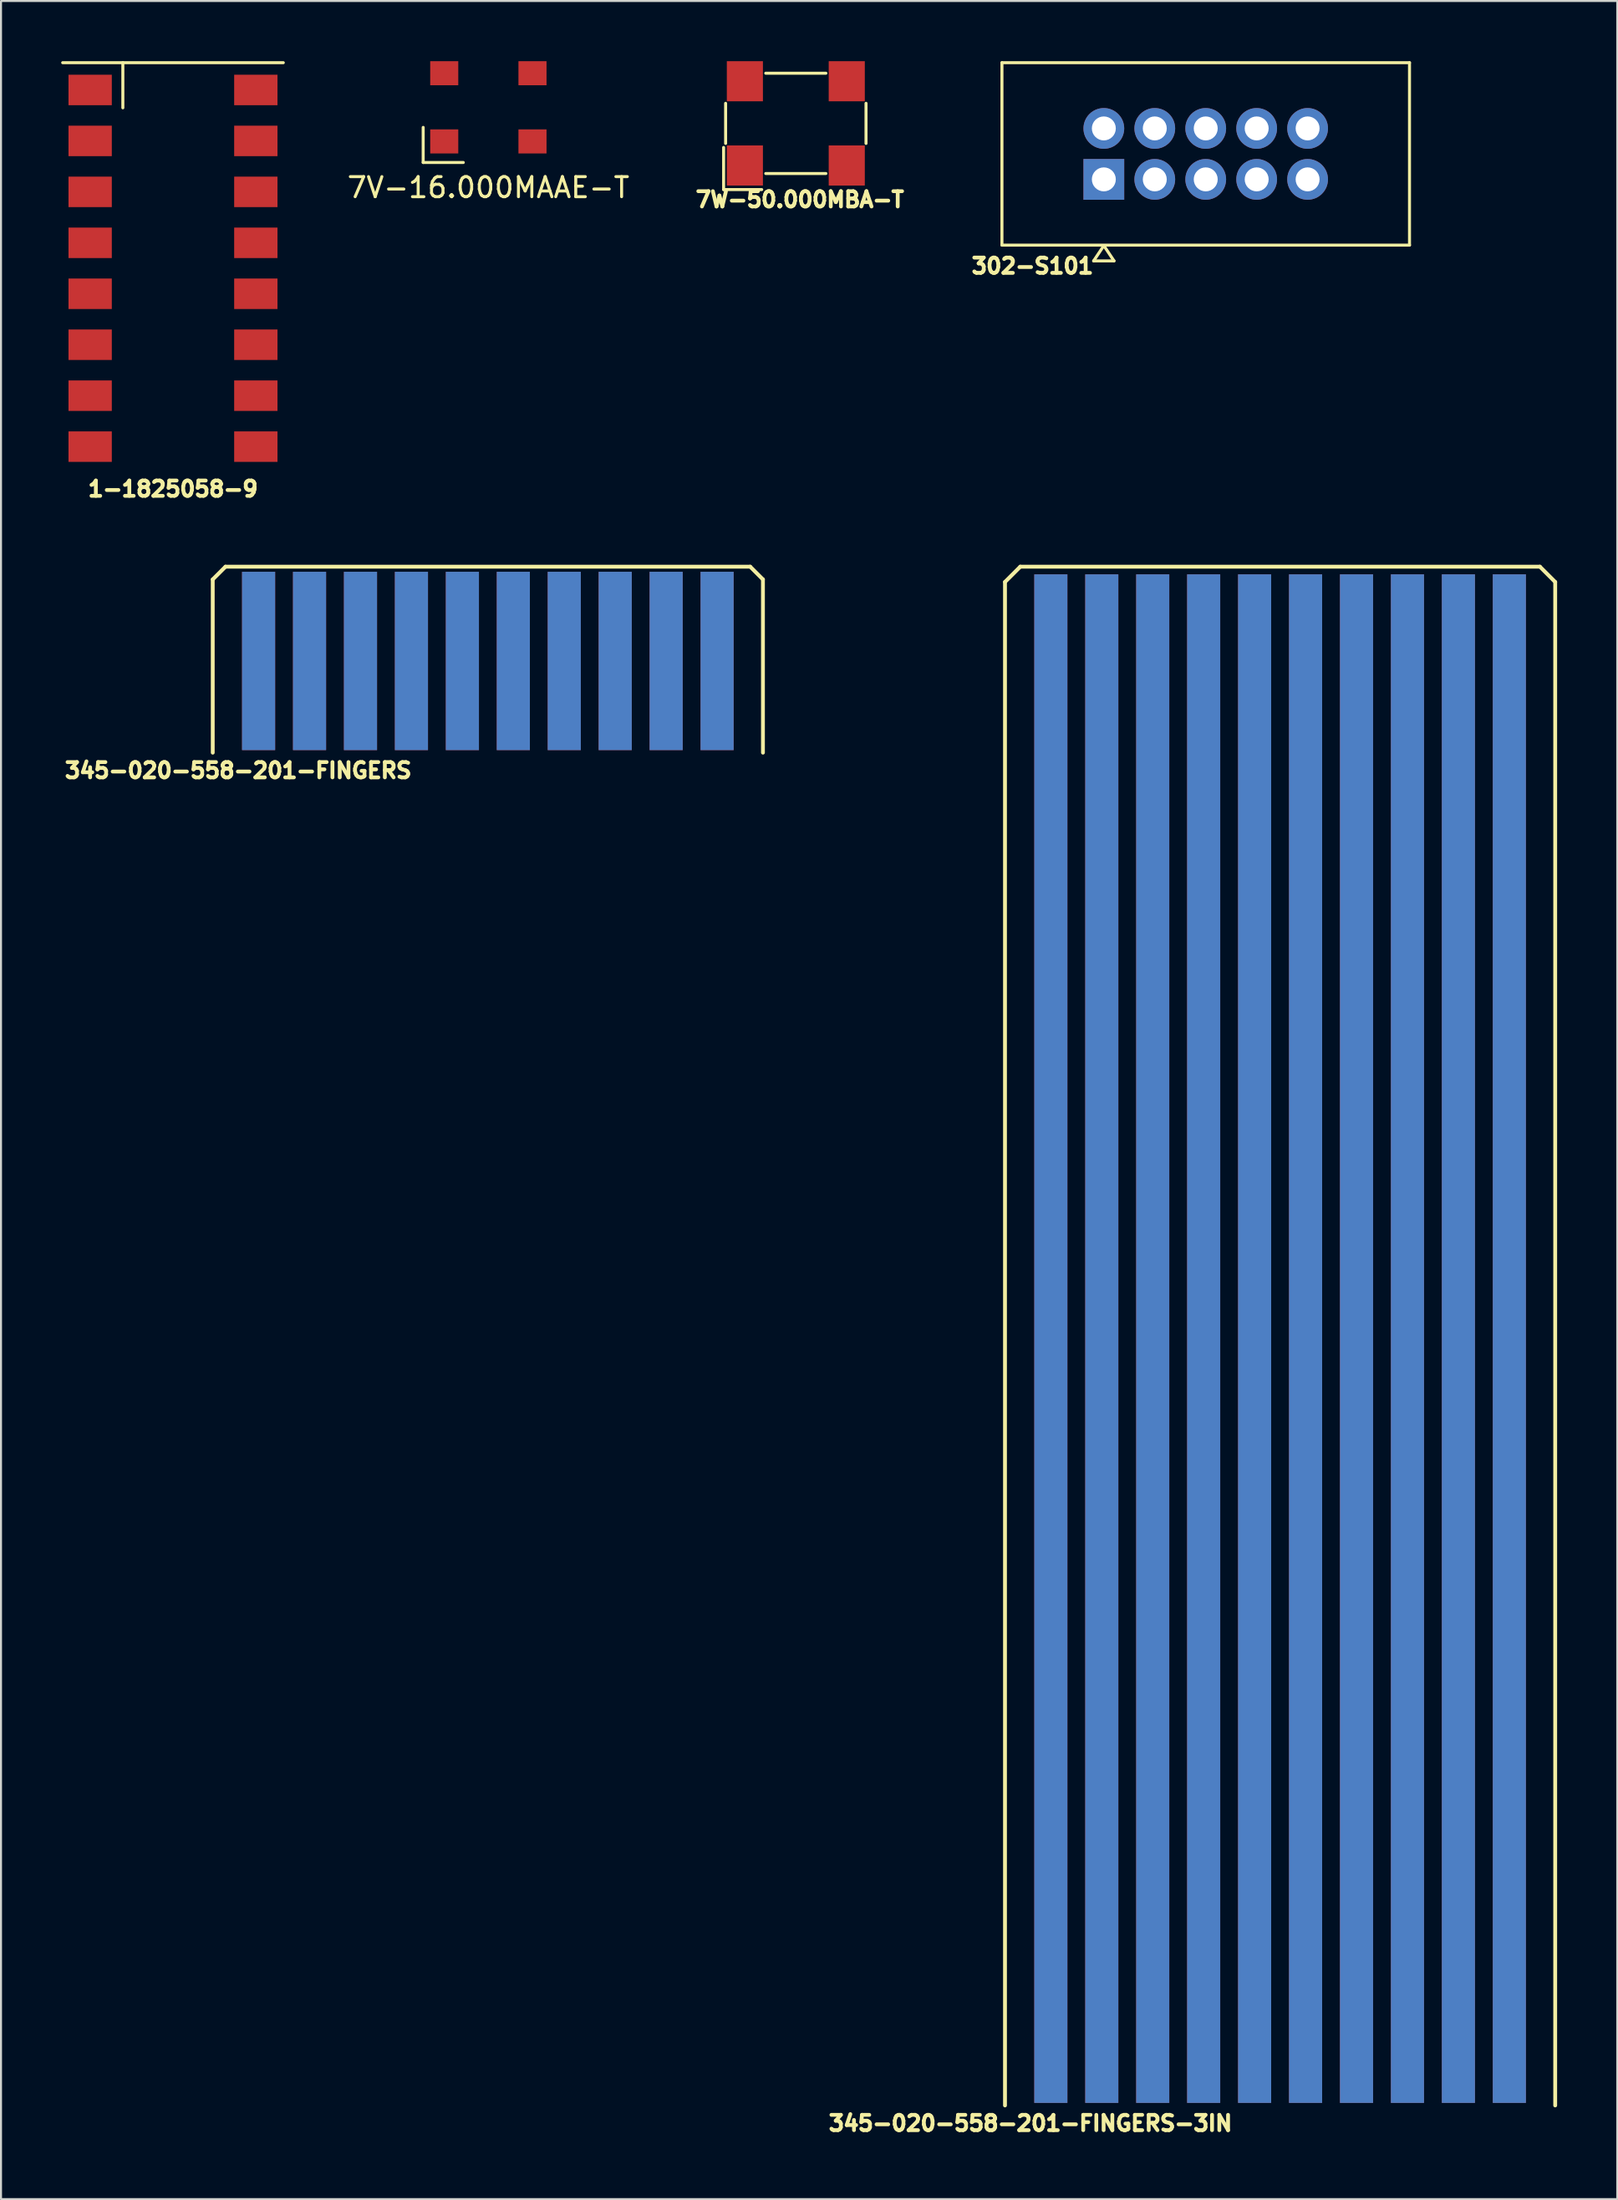
<source format=kicad_pcb>
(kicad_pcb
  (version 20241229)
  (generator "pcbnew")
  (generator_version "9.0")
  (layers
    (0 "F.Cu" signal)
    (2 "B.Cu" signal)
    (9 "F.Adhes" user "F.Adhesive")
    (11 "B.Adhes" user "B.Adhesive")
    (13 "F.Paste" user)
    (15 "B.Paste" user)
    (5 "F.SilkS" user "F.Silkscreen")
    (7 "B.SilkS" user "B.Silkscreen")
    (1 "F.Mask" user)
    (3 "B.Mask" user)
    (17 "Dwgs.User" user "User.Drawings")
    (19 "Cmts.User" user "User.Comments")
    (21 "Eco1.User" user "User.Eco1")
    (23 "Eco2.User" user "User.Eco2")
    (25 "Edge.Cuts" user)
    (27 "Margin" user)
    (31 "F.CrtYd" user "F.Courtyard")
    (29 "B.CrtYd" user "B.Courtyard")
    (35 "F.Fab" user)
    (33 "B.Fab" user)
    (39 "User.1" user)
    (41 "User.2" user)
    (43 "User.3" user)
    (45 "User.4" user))
  (footprint "345-020-558-201-FINGERS"
    (layer "F.Cu")
    (at 21.273 29.899)
    (property "Reference" "345-020-558-201-FINGERS" (at -12.446 5.461 0) (layer "F.SilkS") (effects (font (size 0.762 0.762) (thickness 0.191))))
    (attr through_hole)
    (fp_line (start -13.716 -4.064) (end -13.716 4.572) (stroke (width 0.191) (type solid)) (layer "F.SilkS"))
    (fp_line (start -13.716 -4.064) (end -13.081 -4.699) (stroke (width 0.191) (type solid)) (layer "F.SilkS"))
    (fp_line (start 13.081 -4.699) (end -13.081 -4.699) (stroke (width 0.191) (type solid)) (layer "F.SilkS"))
    (fp_line (start 13.716 -4.064) (end 13.081 -4.699) (stroke (width 0.191) (type solid)) (layer "F.SilkS"))
    (fp_line (start 13.716 -4.064) (end 13.716 4.572) (stroke (width 0.191) (type solid)) (layer "F.SilkS"))
    (pad "1" smd rect (at 11.43 0) (size 1.651 8.89) (layers "F.Cu" "F.Mask" "F.Paste"))
    (pad "2" smd rect (at 11.43 0) (size 1.651 8.89) (layers "B.Cu" "B.Mask" "B.Paste"))
    (pad "3" smd rect (at 8.89 0) (size 1.651 8.89) (layers "F.Cu" "F.Mask" "F.Paste"))
    (pad "4" smd rect (at 8.89 0) (size 1.651 8.89) (layers "B.Cu" "B.Mask" "B.Paste"))
    (pad "5" smd rect (at 6.35 0) (size 1.651 8.89) (layers "F.Cu" "F.Mask" "F.Paste"))
    (pad "6" smd rect (at 6.35 0) (size 1.651 8.89) (layers "B.Cu" "B.Mask" "B.Paste"))
    (pad "7" smd rect (at 3.81 0) (size 1.651 8.89) (layers "F.Cu" "F.Mask" "F.Paste"))
    (pad "8" smd rect (at 3.81 0) (size 1.651 8.89) (layers "B.Cu" "B.Mask" "B.Paste"))
    (pad "9" smd rect (at 1.27 0) (size 1.651 8.89) (layers "F.Cu" "F.Mask" "F.Paste"))
    (pad "10" smd rect (at 1.27 0) (size 1.651 8.89) (layers "B.Cu" "B.Mask" "B.Paste"))
    (pad "11" smd rect (at -1.27 0) (size 1.651 8.89) (layers "F.Cu" "F.Mask" "F.Paste"))
    (pad "12" smd rect (at -1.27 0) (size 1.651 8.89) (layers "B.Cu" "B.Mask" "B.Paste"))
    (pad "13" smd rect (at -3.81 0) (size 1.651 8.89) (layers "F.Cu" "F.Mask" "F.Paste"))
    (pad "14" smd rect (at -3.81 0) (size 1.651 8.89) (layers "B.Cu" "B.Mask" "B.Paste"))
    (pad "15" smd rect (at -6.35 0) (size 1.651 8.89) (layers "F.Cu" "F.Mask" "F.Paste"))
    (pad "16" smd rect (at -6.35 0) (size 1.651 8.89) (layers "B.Cu" "B.Mask" "B.Paste"))
    (pad "17" smd rect (at -8.89 0) (size 1.651 8.89) (layers "F.Cu" "F.Mask" "F.Paste"))
    (pad "18" smd rect (at -8.89 0) (size 1.651 8.89) (layers "B.Cu" "B.Mask" "B.Paste"))
    (pad "19" smd rect (at -11.43 0) (size 1.651 8.89) (layers "F.Cu" "F.Mask" "F.Paste"))
    (pad "20" smd rect (at -11.43 0) (size 1.651 8.89) (layers "B.Cu" "B.Mask" "B.Paste")))
  (footprint "302-S101"
    (layer "F.Cu")
    (at 51.985 5.892)
    (property "Reference" "302-S101" (at -3.556 4.318 0) (layer "F.SilkS") (effects (font (size 0.762 0.762) (thickness 0.191))))
    (attr through_hole)
    (fp_line (start -5.08 -5.817) (end 15.24 -5.817) (stroke (width 0.15) (type solid)) (layer "F.SilkS"))
    (fp_line (start -5.08 3.277) (end -5.08 -5.817) (stroke (width 0.15) (type solid)) (layer "F.SilkS"))
    (fp_line (start -0.508 4.064) (end 0.508 4.064) (stroke (width 0.15) (type solid)) (layer "F.SilkS"))
    (fp_line (start 0 3.302) (end -0.508 4.064) (stroke (width 0.15) (type solid)) (layer "F.SilkS"))
    (fp_line (start 0.508 4.064) (end 0 3.302) (stroke (width 0.15) (type solid)) (layer "F.SilkS"))
    (fp_line (start 15.24 -5.817) (end 15.24 3.277) (stroke (width 0.15) (type solid)) (layer "F.SilkS"))
    (fp_line (start 15.24 3.277) (end -5.08 3.277) (stroke (width 0.15) (type solid)) (layer "F.SilkS"))
    (pad "1" thru_hole rect (at 0 0) (size 2.032 2.032) (drill 1.194) (layers "*.Cu" "*.Mask"))
    (pad "2" thru_hole circle (at 0 -2.54) (size 2.032 2.032) (drill 1.194) (layers "*.Cu" "*.Mask"))
    (pad "3" thru_hole circle (at 2.54 0) (size 2.032 2.032) (drill 1.194) (layers "*.Cu" "*.Mask"))
    (pad "4" thru_hole circle (at 2.54 -2.54) (size 2.032 2.032) (drill 1.194) (layers "*.Cu" "*.Mask"))
    (pad "5" thru_hole circle (at 5.08 0) (size 2.032 2.032) (drill 1.194) (layers "*.Cu" "*.Mask"))
    (pad "6" thru_hole circle (at 5.08 -2.54) (size 2.032 2.032) (drill 1.194) (layers "*.Cu" "*.Mask"))
    (pad "7" thru_hole circle (at 7.62 0) (size 2.032 2.032) (drill 1.194) (layers "*.Cu" "*.Mask"))
    (pad "8" thru_hole circle (at 7.62 -2.54) (size 2.032 2.032) (drill 1.194) (layers "*.Cu" "*.Mask"))
    (pad "9" thru_hole circle (at 10.16 0) (size 2.032 2.032) (drill 1.194) (layers "*.Cu" "*.Mask"))
    (pad "10" thru_hole circle (at 10.16 -2.54) (size 2.032 2.032) (drill 1.194) (layers "*.Cu" "*.Mask")))
  (footprint "7W-50.000MBA-T"
    (layer "F.Cu")
    (at 36.628 3.1)
    (property "Reference" "7W-50.000MBA-T" (at 0.2 3.8 0) (layer "F.SilkS") (effects (font (size 0.762 0.762) (thickness 0.191))))
    (attr through_hole)
    (fp_line (start -3.6 1.2) (end -3.6 3.3) (stroke (width 0.15) (type solid)) (layer "F.SilkS"))
    (fp_line (start -3.6 3.3) (end -1.7 3.3) (stroke (width 0.15) (type solid)) (layer "F.SilkS"))
    (fp_line (start -3.5 -1) (end -3.5 1) (stroke (width 0.15) (type solid)) (layer "F.SilkS"))
    (fp_line (start -1.5 -2.5) (end 1.5 -2.5) (stroke (width 0.15) (type solid)) (layer "F.SilkS"))
    (fp_line (start -1.5 2.5) (end 1.5 2.5) (stroke (width 0.15) (type solid)) (layer "F.SilkS"))
    (fp_line (start 3.5 -1) (end 3.5 1) (stroke (width 0.15) (type solid)) (layer "F.SilkS"))
    (pad "1" smd rect (at -2.54 2.1) (size 1.8 2) (layers "F.Cu" "F.Mask" "F.Paste"))
    (pad "2" smd rect (at 2.54 2.1) (size 1.8 2) (layers "F.Cu" "F.Mask" "F.Paste"))
    (pad "3" smd rect (at 2.54 -2.1) (size 1.8 2) (layers "F.Cu" "F.Mask" "F.Paste"))
    (pad "4" smd rect (at -2.54 -2.1) (size 1.8 2) (layers "F.Cu" "F.Mask" "F.Paste")))
  (footprint "345-020-558-201-FINGERS-3IN"
    (layer "F.Cu")
    (at 60.773 97.336)
    (property "Reference" "345-020-558-201-FINGERS-3IN" (at -12.446 5.461 0) (layer "F.SilkS") (effects (font (size 0.762 0.762) (thickness 0.191))))
    (attr through_hole)
    (fp_line (start -13.716 -71.374) (end -12.954 -72.136) (stroke (width 0.191) (type solid)) (layer "F.SilkS"))
    (fp_line (start -13.716 4.572) (end -13.716 -71.374) (stroke (width 0.191) (type solid)) (layer "F.SilkS"))
    (fp_line (start -12.954 -72.136) (end 12.954 -72.136) (stroke (width 0.191) (type solid)) (layer "F.SilkS"))
    (fp_line (start 12.954 -72.136) (end 13.716 -71.374) (stroke (width 0.191) (type solid)) (layer "F.SilkS"))
    (fp_line (start 13.716 -71.374) (end 13.716 4.572) (stroke (width 0.191) (type solid)) (layer "F.SilkS"))
    (pad "1" smd rect (at 11.43 -33.655) (size 1.651 76.2) (layers "F.Cu" "F.Mask" "F.Paste"))
    (pad "2" smd rect (at 11.43 -33.655) (size 1.651 76.2) (layers "B.Cu" "B.Mask" "B.Paste"))
    (pad "3" smd rect (at 8.89 -33.655) (size 1.651 76.2) (layers "F.Cu" "F.Mask" "F.Paste"))
    (pad "4" smd rect (at 8.89 -33.655) (size 1.651 76.2) (layers "B.Cu" "B.Mask" "B.Paste"))
    (pad "5" smd rect (at 6.35 -33.655) (size 1.651 76.2) (layers "F.Cu" "F.Mask" "F.Paste"))
    (pad "6" smd rect (at 6.35 -33.655) (size 1.651 76.2) (layers "B.Cu" "B.Mask" "B.Paste"))
    (pad "7" smd rect (at 3.81 -33.655) (size 1.651 76.2) (layers "F.Cu" "F.Mask" "F.Paste"))
    (pad "8" smd rect (at 3.81 -33.655) (size 1.651 76.2) (layers "B.Cu" "B.Mask" "B.Paste"))
    (pad "9" smd rect (at 1.27 -33.655) (size 1.651 76.2) (layers "F.Cu" "F.Mask" "F.Paste"))
    (pad "10" smd rect (at 1.27 -33.655) (size 1.651 76.2) (layers "B.Cu" "B.Mask" "B.Paste"))
    (pad "11" smd rect (at -1.27 -33.655) (size 1.651 76.2) (layers "F.Cu" "F.Mask" "F.Paste"))
    (pad "12" smd rect (at -1.27 -33.655) (size 1.651 76.2) (layers "B.Cu" "B.Mask" "B.Paste"))
    (pad "13" smd rect (at -3.81 -33.655) (size 1.651 76.2) (layers "F.Cu" "F.Mask" "F.Paste"))
    (pad "14" smd rect (at -3.81 -33.655) (size 1.651 76.2) (layers "B.Cu" "B.Mask" "B.Paste"))
    (pad "15" smd rect (at -6.35 -33.655) (size 1.651 76.2) (layers "F.Cu" "F.Mask" "F.Paste"))
    (pad "16" smd rect (at -6.35 -33.655) (size 1.651 76.2) (layers "B.Cu" "B.Mask" "B.Paste"))
    (pad "17" smd rect (at -8.89 -33.655) (size 1.651 76.2) (layers "F.Cu" "F.Mask" "F.Paste"))
    (pad "18" smd rect (at -8.89 -33.655) (size 1.651 76.2) (layers "B.Cu" "B.Mask" "B.Paste"))
    (pad "19" smd rect (at -11.43 -33.655) (size 1.651 76.2) (layers "F.Cu" "F.Mask" "F.Paste"))
    (pad "20" smd rect (at -11.43 -33.655) (size 1.651 76.2) (layers "B.Cu" "B.Mask" "B.Paste")))
  (footprint "1-1825058-9"
    (layer "F.Cu")
    (at 5.575 10.325)
    (property "Reference" "1-1825058-9" (at 0 11 0) (layer "F.SilkS") (effects (font (size 0.762 0.762) (thickness 0.191))))
    (attr through_hole)
    (fp_line (start -5.5 -10.25) (end 5.5 -10.25) (stroke (width 0.15) (type solid)) (layer "F.SilkS"))
    (fp_line (start -2.5 -10.25) (end -2.5 -8) (stroke (width 0.15) (type solid)) (layer "F.SilkS"))
    (pad "1" smd rect (at -4.13 -8.89) (size 2.16 1.52) (layers "F.Cu" "F.Mask" "F.Paste"))
    (pad "2" smd rect (at -4.13 -6.35) (size 2.16 1.52) (layers "F.Cu" "F.Mask" "F.Paste"))
    (pad "3" smd rect (at -4.13 -3.81) (size 2.16 1.52) (layers "F.Cu" "F.Mask" "F.Paste"))
    (pad "4" smd rect (at -4.13 -1.27) (size 2.16 1.52) (layers "F.Cu" "F.Mask" "F.Paste"))
    (pad "5" smd rect (at -4.13 1.27) (size 2.16 1.52) (layers "F.Cu" "F.Mask" "F.Paste"))
    (pad "6" smd rect (at -4.13 3.81) (size 2.16 1.52) (layers "F.Cu" "F.Mask" "F.Paste"))
    (pad "7" smd rect (at -4.13 6.35) (size 2.16 1.52) (layers "F.Cu" "F.Mask" "F.Paste"))
    (pad "8" smd rect (at -4.13 8.89) (size 2.16 1.52) (layers "F.Cu" "F.Mask" "F.Paste"))
    (pad "9" smd rect (at 4.13 8.89) (size 2.16 1.52) (layers "F.Cu" "F.Mask" "F.Paste"))
    (pad "10" smd rect (at 4.13 6.35) (size 2.16 1.52) (layers "F.Cu" "F.Mask" "F.Paste"))
    (pad "11" smd rect (at 4.13 3.81) (size 2.16 1.52) (layers "F.Cu" "F.Mask" "F.Paste"))
    (pad "12" smd rect (at 4.13 1.27) (size 2.16 1.52) (layers "F.Cu" "F.Mask" "F.Paste"))
    (pad "13" smd rect (at 4.13 -1.27) (size 2.16 1.52) (layers "F.Cu" "F.Mask" "F.Paste"))
    (pad "14" smd rect (at 4.13 -3.81) (size 2.16 1.52) (layers "F.Cu" "F.Mask" "F.Paste"))
    (pad "15" smd rect (at 4.13 -6.35) (size 2.16 1.52) (layers "F.Cu" "F.Mask" "F.Paste"))
    (pad "16" smd rect (at 4.13 -8.89) (size 2.16 1.52) (layers "F.Cu" "F.Mask" "F.Paste")))
  (footprint "7V-16.000MAAE-T"
    (layer "F.Cu")
    (at 21.299 2.3)
    (property "Reference" "7V-16.000MAAE-T" (at 0 4 0) (layer "F.SilkS") (effects (font (size 1 1) (thickness 0.15))))
    (attr through_hole)
    (fp_line (start -3.25 2.75) (end -3.25 1) (stroke (width 0.15) (type solid)) (layer "F.SilkS"))
    (fp_line (start -1.25 2.75) (end -3.25 2.75) (stroke (width 0.15) (type solid)) (layer "F.SilkS"))
    (pad "1" smd rect (at -2.2 1.7) (size 1.4 1.2) (layers "F.Cu" "F.Mask" "F.Paste"))
    (pad "2" smd rect (at 2.2 1.7) (size 1.4 1.2) (layers "F.Cu" "F.Mask" "F.Paste"))
    (pad "3" smd rect (at 2.2 -1.7) (size 1.4 1.2) (layers "F.Cu" "F.Mask" "F.Paste"))
    (pad "4" smd rect (at -2.2 -1.7) (size 1.4 1.2) (layers "F.Cu" "F.Mask" "F.Paste")))
  (gr_rect
    (start -3 -3)
    (end 77.584 106.577)
    (stroke (width 0.1) (type default))
    (fill no)
    (layer "Edge.Cuts")))
</source>
